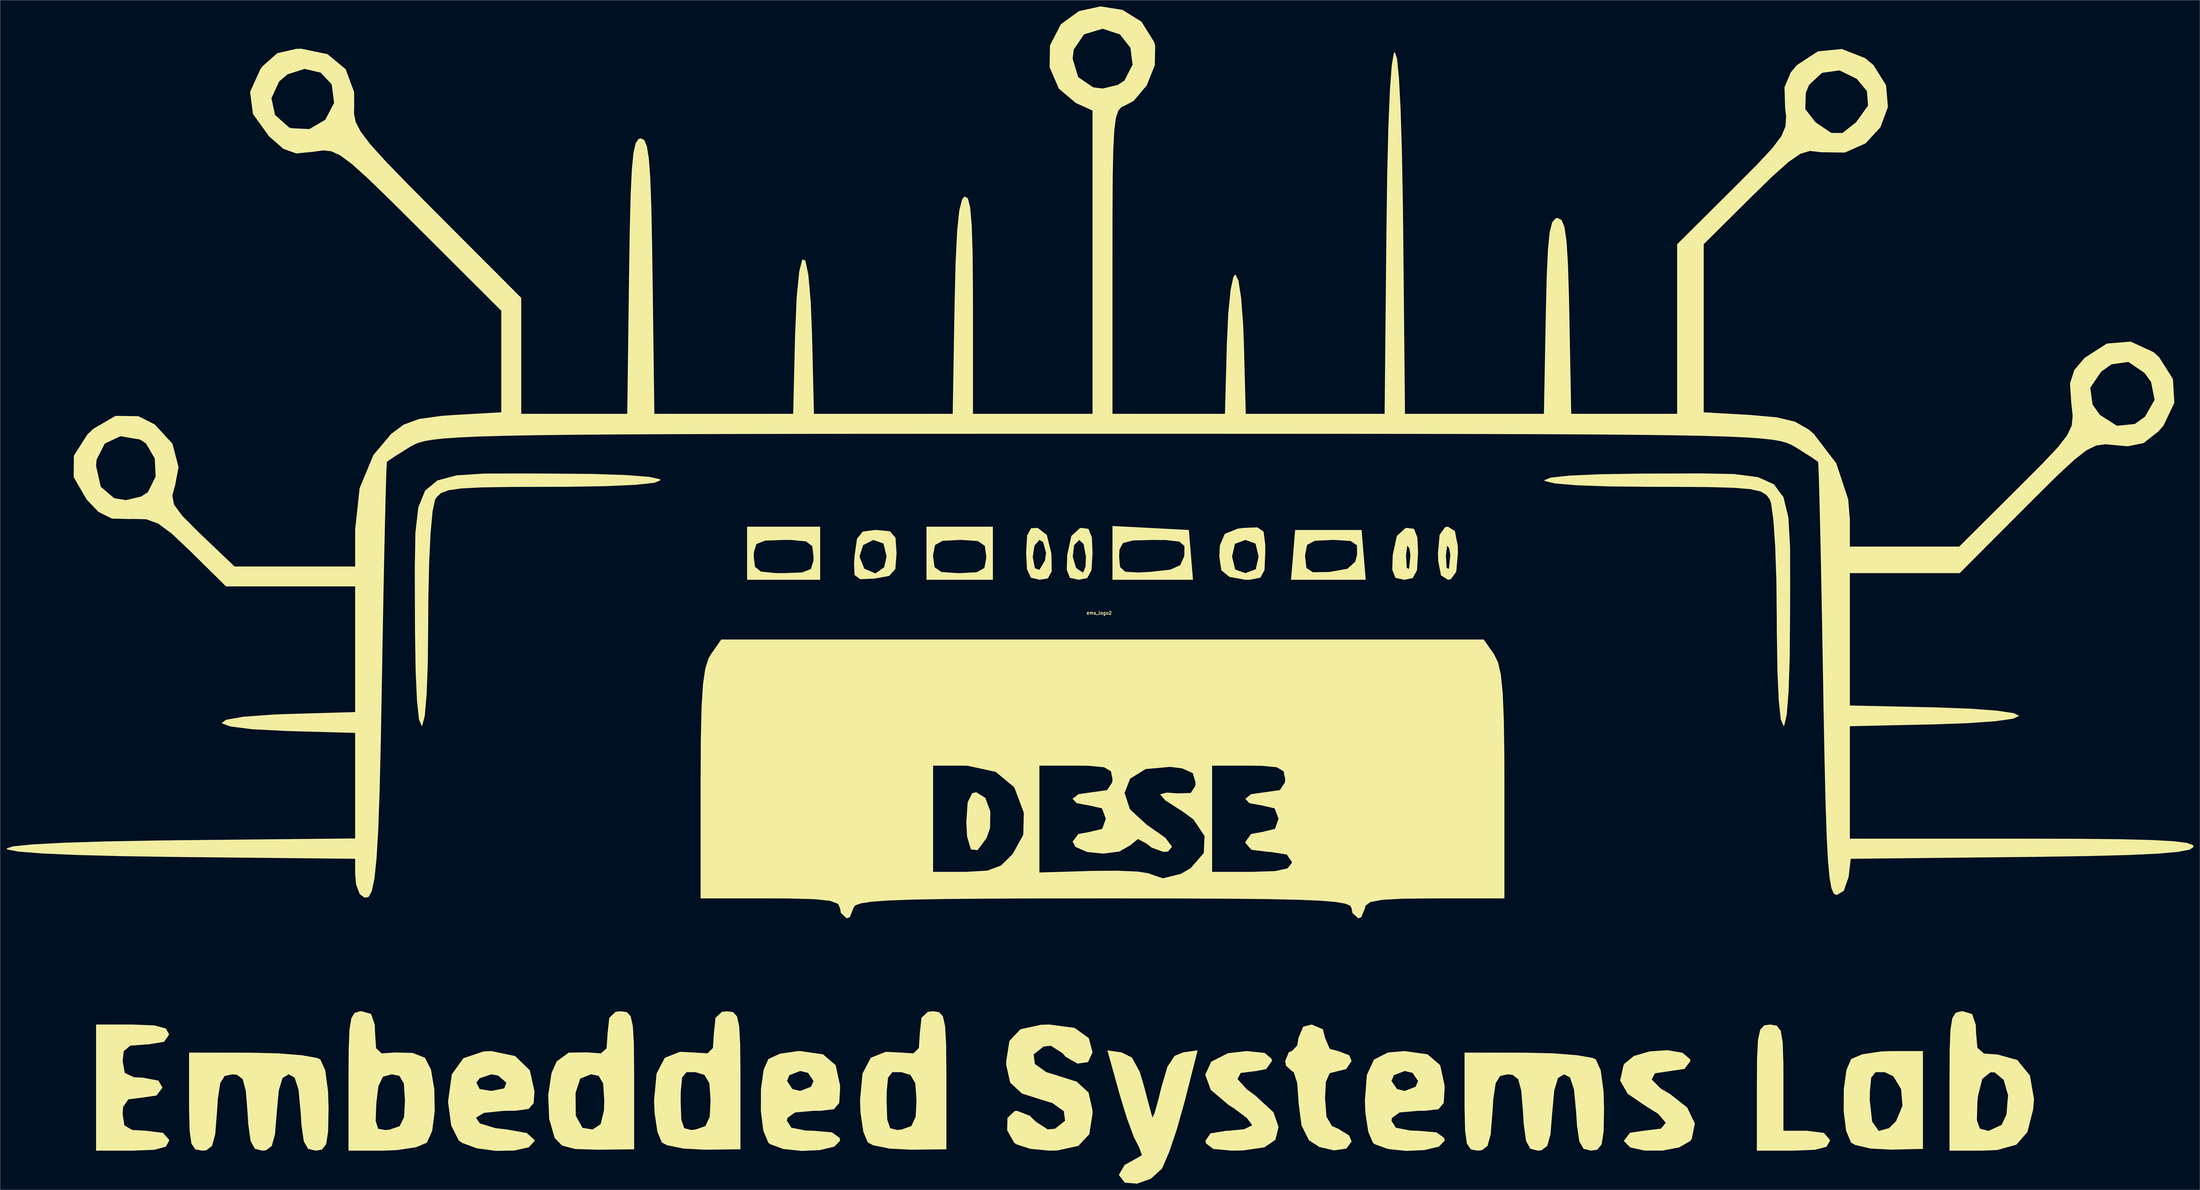
<source format=kicad_pcb>
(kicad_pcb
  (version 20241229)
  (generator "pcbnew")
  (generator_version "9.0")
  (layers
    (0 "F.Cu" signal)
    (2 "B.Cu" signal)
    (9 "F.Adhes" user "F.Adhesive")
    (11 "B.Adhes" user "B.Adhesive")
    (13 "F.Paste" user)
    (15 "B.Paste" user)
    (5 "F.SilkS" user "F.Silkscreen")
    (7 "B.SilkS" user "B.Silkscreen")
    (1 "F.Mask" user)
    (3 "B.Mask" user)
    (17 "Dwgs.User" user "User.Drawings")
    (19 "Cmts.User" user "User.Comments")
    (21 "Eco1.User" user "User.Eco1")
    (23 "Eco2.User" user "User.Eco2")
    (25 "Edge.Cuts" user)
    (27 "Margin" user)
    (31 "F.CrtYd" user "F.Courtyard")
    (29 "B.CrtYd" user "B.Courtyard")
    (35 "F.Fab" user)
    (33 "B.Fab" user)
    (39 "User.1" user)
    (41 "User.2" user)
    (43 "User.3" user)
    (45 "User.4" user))
  (footprint "ems_logo2"
    (layer "F.Cu")
    (at 522.288 290.124)
    (property "Reference" "ems_logo2" (at 0 0 0) (layer "F.SilkS") (effects (font (size 1.5 1.5) (thickness 0.3))))
    (attr board_only exclude_from_pos_files exclude_from_bom)
    (fp_poly (pts (xy -54.417 88.421) (xy -52.023 94.933) (xy -52.155 102.89) (xy -53.817 107.654) (xy -58.111 113.426) (xy -61.309 113.108) (xy -63.152 106.906) (xy -63.5 100.013) (xy -62.862 90.554) (xy -60.713 86.267) (xy -58.798 85.725)) (stroke (width 0) (type solid)) (fill yes) (layer "F.SilkS"))
    (fp_poly (pts (xy 323.839 197.38) (xy 325.735 199.823) (xy 326.683 205.455) (xy 327.002 215.553) (xy 327.025 222.25) (xy 327.025 247.65) (xy 338.137 247.65) (xy 346.356 248.683) (xy 349.23 251.979) (xy 349.25 252.412) (xy 347.682 255.285) (xy 342.181 256.763) (xy 331.788 257.175) (xy 314.325 257.175) (xy 314.325 227.012) (xy 314.421 212.994) (xy 314.874 204.146) (xy 315.932 199.291) (xy 317.843 197.252) (xy 320.675 196.85)) (stroke (width 0) (type solid)) (fill yes) (layer "F.SilkS"))
    (fp_poly (pts (xy -25.029 -37.305) (xy -22.915 -28.723) (xy -22.827 -27.755) (xy -22.675 -19.893) (xy -24.535 -16.52) (xy -28.383 -15.875) (xy -32.621 -16.857) (xy -34.517 -20.924) (xy -34.821 -26.8) (xy -31.75 -26.8) (xy -30.742 -21.398) (xy -28.575 -20.637) (xy -25.908 -25.116) (xy -25.4 -28.762) (xy -26.766 -33.819) (xy -28.575 -34.925) (xy -30.941 -32.202) (xy -31.75 -26.8) (xy -34.821 -26.8) (xy -34.925 -28.808) (xy -34.44 -37.104) (xy -32.538 -40.527) (xy -29.369 -40.688)) (stroke (width 0) (type solid)) (fill yes) (layer "F.SilkS"))
    (fp_poly (pts (xy 150.447 -40.242) (xy 152.073 -36.123) (xy 152.4 -28.808) (xy 151.903 -20.431) (xy 149.846 -16.682) (xy 145.858 -15.875) (xy 141.605 -16.782) (xy 140.069 -20.669) (xy 140.277 -26.988) (xy 146.669 -26.988) (xy 147.012 -21.565) (xy 148.006 -21.088) (xy 148.133 -21.371) (xy 148.761 -27.674) (xy 148.25 -30.896) (xy 147.24 -32.191) (xy 146.69 -27.973) (xy 146.669 -26.988) (xy 140.277 -26.988) (xy 140.302 -27.755) (xy 142.25 -36.804) (xy 146.39 -40.585) (xy 146.844 -40.688)) (stroke (width 0) (type solid)) (fill yes) (layer "F.SilkS"))
    (fp_poly (pts (xy 169.999 -39.178) (xy 171.364 -32.226) (xy 171.45 -28.575) (xy 170.664 -19.744) (xy 168.057 -16.105) (xy 166.688 -15.875) (xy 163.376 -17.972) (xy 162.011 -24.924) (xy 161.963 -26.988) (xy 165.719 -26.988) (xy 166.062 -21.565) (xy 167.056 -21.088) (xy 167.183 -21.371) (xy 167.811 -27.674) (xy 167.3 -30.896) (xy 166.29 -32.191) (xy 165.74 -27.973) (xy 165.719 -26.988) (xy 161.963 -26.988) (xy 161.925 -28.575) (xy 162.711 -37.406) (xy 165.318 -41.045) (xy 166.688 -41.275)) (stroke (width 0) (type solid)) (fill yes) (layer "F.SilkS"))
    (fp_poly (pts (xy -5.128 -40.242) (xy -3.502 -36.123) (xy -3.175 -28.808) (xy -3.672 -20.431) (xy -5.729 -16.682) (xy -9.717 -15.875) (xy -13.97 -16.782) (xy -15.506 -20.669) (xy -15.299 -26.957) (xy -12.63 -26.957) (xy -11.146 -21.854) (xy -10.583 -21.167) (xy -7.682 -19.283) (xy -6.506 -22.217) (xy -6.35 -26.988) (xy -7.437 -32.954) (xy -9.525 -34.925) (xy -12.007 -32.393) (xy -12.63 -26.957) (xy -15.299 -26.957) (xy -15.273 -27.755) (xy -13.325 -36.804) (xy -9.185 -40.585) (xy -8.731 -40.688)) (stroke (width 0) (type solid)) (fill yes) (layer "F.SilkS"))
    (fp_poly (pts (xy -99.963 -39.068) (xy -97.338 -35.926) (xy -96.838 -28.575) (xy -97.418 -21.036) (xy -100.392 -17.697) (xy -107.361 -16.452) (xy -114.164 -16.145) (xy -116.939 -18.146) (xy -117.15 -24.162) (xy -116.936 -26.917) (xy -114.57 -26.917) (xy -112.273 -21.258) (xy -112.183 -21.167) (xy -106.887 -18.899) (xy -102.765 -21.882) (xy -101.6 -26.988) (xy -103.088 -33.212) (xy -107.95 -34.925) (xy -112.831 -32.44) (xy -114.57 -26.917) (xy -116.936 -26.917) (xy -116.886 -27.565) (xy -115.747 -35.487) (xy -113.037 -38.91) (xy -107.148 -39.684) (xy -106.362 -39.688)) (stroke (width 0) (type solid)) (fill yes) (layer "F.SilkS"))
    (fp_poly (pts (xy 78.57 -38.918) (xy 79.347 -32.921) (xy 79.375 -28.776) (xy 79.017 -20.551) (xy 77.043 -16.862) (xy 72.105 -15.901) (xy 69.75 -15.875) (xy 62.263 -17.244) (xy 58.387 -20.407) (xy 57.428 -26.988) (xy 63.5 -26.988) (xy 64.988 -20.763) (xy 69.85 -19.05) (xy 74.829 -20.91) (xy 76.2 -26.988) (xy 74.712 -33.212) (xy 69.85 -34.925) (xy 64.871 -33.065) (xy 63.5 -26.988) (xy 57.428 -26.988) (xy 57.413 -27.091) (xy 57.693 -32.313) (xy 60.041 -37.826) (xy 66.206 -40.321) (xy 69.056 -40.682) (xy 75.623 -40.947)) (stroke (width 0) (type solid)) (fill yes) (layer "F.SilkS"))
    (fp_poly (pts (xy 126.398 -27.781) (xy 127.383 -15.875) (xy 109.537 -15.875) (xy 91.692 -15.875) (xy 92.596 -26.796) (xy 98.425 -26.796) (xy 99.045 -21.522) (xy 102.127 -19.485) (xy 109.507 -19.585) (xy 110.331 -19.652) (xy 118.586 -21.127) (xy 122.373 -24.485) (xy 123.252 -27.781) (xy 123.201 -32.344) (xy 120.235 -34.403) (xy 112.749 -34.921) (xy 111.346 -34.925) (xy 103.081 -34.517) (xy 99.37 -32.547) (xy 98.436 -27.896) (xy 98.425 -26.796) (xy 92.596 -26.796) (xy 92.677 -27.781) (xy 93.662 -39.688) (xy 109.537 -39.688) (xy 125.412 -39.688)) (stroke (width 0) (type solid)) (fill yes) (layer "F.SilkS"))
    (fp_poly (pts (xy -133.35 -28.575) (xy -133.35 -15.875) (xy -150.812 -15.875) (xy -168.275 -15.875) (xy -168.275 -26.988) (xy -165.1 -26.988) (xy -164.508 -22.089) (xy -161.597 -19.769) (xy -154.666 -19.08) (xy -150.812 -19.05) (xy -141.996 -19.379) (xy -137.819 -20.996) (xy -136.58 -24.847) (xy -136.525 -26.988) (xy -137.117 -31.886) (xy -140.028 -34.206) (xy -146.959 -34.895) (xy -150.812 -34.925) (xy -159.629 -34.596) (xy -163.806 -32.979) (xy -165.045 -29.128) (xy -165.1 -26.988) (xy -168.275 -26.988) (xy -168.275 -28.575) (xy -168.275 -41.275) (xy -150.812 -41.275) (xy -133.35 -41.275)) (stroke (width 0) (type solid)) (fill yes) (layer "F.SilkS"))
    (fp_poly (pts (xy -50.8 -28.575) (xy -50.8 -15.875) (xy -66.675 -15.875) (xy -82.55 -15.875) (xy -82.55 -26.988) (xy -79.375 -26.988) (xy -78.682 -21.874) (xy -75.412 -19.601) (xy -67.781 -19.053) (xy -66.675 -19.05) (xy -58.493 -19.483) (xy -54.856 -21.527) (xy -53.98 -26.296) (xy -53.975 -26.988) (xy -54.668 -32.101) (xy -57.938 -34.374) (xy -65.569 -34.922) (xy -66.675 -34.925) (xy -74.857 -34.492) (xy -78.494 -32.448) (xy -79.37 -27.679) (xy -79.375 -26.988) (xy -82.55 -26.988) (xy -82.55 -28.575) (xy -82.55 -41.275) (xy -66.675 -41.275) (xy -50.8 -41.275)) (stroke (width 0) (type solid)) (fill yes) (layer "F.SilkS"))
    (fp_poly (pts (xy 24.606 -40.64) (xy 42.862 -39.688) (xy 43.848 -27.781) (xy 44.833 -15.875) (xy 25.592 -15.875) (xy 6.35 -15.875) (xy 6.35 -26.814) (xy 9.525 -26.814) (xy 9.983 -21.953) (xy 12.464 -19.727) (xy 18.632 -19.349) (xy 24.606 -19.67) (xy 33.969 -20.711) (xy 38.713 -22.841) (xy 40.565 -26.932) (xy 40.702 -27.781) (xy 40.753 -31.995) (xy 38.349 -34.117) (xy 31.995 -34.853) (xy 25.621 -34.925) (xy 16.122 -34.682) (xy 11.353 -33.41) (xy 9.697 -30.295) (xy 9.525 -26.814) (xy 6.35 -26.814) (xy 6.35 -28.733) (xy 6.35 -41.592)) (stroke (width 0) (type solid)) (fill yes) (layer "F.SilkS"))
    (fp_poly (pts (xy 393.7 232.948) (xy 393.7 256.345) (xy 378.39 256.69) (xy 368.586 256.163) (xy 361.241 254.431) (xy 359.34 253.295) (xy 356.974 247.625) (xy 355.823 238.25) (xy 355.853 233.142) (xy 368.3 233.142) (xy 369.423 243.254) (xy 372.59 247.757) (xy 377.499 246.41) (xy 380.841 243.079) (xy 383.905 235.768) (xy 383.278 227.776) (xy 379.53 221.579) (xy 375.444 219.648) (xy 371.067 219.641) (xy 368.969 222.296) (xy 368.331 229.162) (xy 368.3 233.142) (xy 355.853 233.142) (xy 355.884 227.698) (xy 357.151 218.495) (xy 359.41 213.36) (xy 364.679 211.095) (xy 373.652 209.731) (xy 378.46 209.55) (xy 393.7 209.55)) (stroke (width 0) (type solid)) (fill yes) (layer "F.SilkS"))
    (fp_poly (pts (xy -451.432 197.278) (xy -446.01 198.778) (xy -444.5 201.613) (xy -446.91 205.135) (xy -454.6 206.366) (xy -455.613 206.375) (xy -463.127 206.968) (xy -466.204 209.637) (xy -466.725 214.312) (xy -465.7 219.985) (xy -461.342 222.06) (xy -457.2 222.25) (xy -449.638 223.67) (xy -447.675 227.012) (xy -450.515 230.793) (xy -457.2 231.775) (xy -464.007 232.629) (xy -466.498 236.261) (xy -466.725 239.713) (xy -465.895 245.08) (xy -462.159 247.278) (xy -455.613 247.65) (xy -447.394 248.683) (xy -444.52 251.979) (xy -444.5 252.412) (xy -446.068 255.285) (xy -451.569 256.763) (xy -461.962 257.175) (xy -479.425 257.175) (xy -479.425 227.012) (xy -479.425 196.85) (xy -461.962 196.85)) (stroke (width 0) (type solid)) (fill yes) (layer "F.SilkS"))
    (fp_poly (pts (xy 40.773 233.972) (xy 37.196 246.702) (xy 33.474 257.785) (xy 30.319 265.137) (xy 29.864 265.906) (xy 24.648 270.662) (xy 18.067 272.952) (xy 12.306 272.498) (xy 9.551 269.02) (xy 9.525 268.501) (xy 12.174 264.006) (xy 16.042 261.884) (xy 20.416 259.356) (xy 19.11 255.66) (xy 16.547 250.614) (xy 13.172 241.423) (xy 9.797 230.356) (xy 3.933 209.208) (xy 10.698 210.173) (xy 15.699 212.696) (xy 19.388 219.471) (xy 21.176 225.425) (xy 23.495 234.238) (xy 25.105 240.148) (xy 25.449 241.3) (xy 26.397 239.45) (xy 28.228 232.996) (xy 29.685 227.012) (xy 32.623 216.994) (xy 36.056 211.84) (xy 40.216 210.159) (xy 47.071 209.181)) (stroke (width 0) (type solid)) (fill yes) (layer "F.SilkS"))
    (fp_poly (pts (xy 79.075 210.422) (xy 82.425 213.276) (xy 82.55 214.312) (xy 79.82 218.16) (xy 75.142 219.075) (xy 67.628 220.024) (xy 66.103 222.923) (xy 70.563 227.845) (xy 74.629 230.814) (xy 83.314 238.844) (xy 85.725 245.837) (xy 84.204 252.013) (xy 78.955 255.58) (xy 68.952 257.055) (xy 63.24 257.175) (xy 54.508 256.355) (xy 50.984 253.651) (xy 50.8 252.412) (xy 53.21 248.89) (xy 60.9 247.659) (xy 61.913 247.65) (xy 69.259 246.931) (xy 72.929 245.163) (xy 73.025 244.789) (xy 70.537 241.521) (xy 64.328 236.865) (xy 61.913 235.371) (xy 53.356 228.133) (xy 50.688 220.858) (xy 53.546 214.635) (xy 61.569 210.553) (xy 70.485 209.55)) (stroke (width 0) (type solid)) (fill yes) (layer "F.SilkS"))
    (fp_poly (pts (xy 278.741 210.342) (xy 282.436 213.395) (xy 282.575 214.312) (xy 279.735 218.093) (xy 273.05 219.075) (xy 265.613 220.175) (xy 264.081 223.154) (xy 268.463 227.533) (xy 272.825 230.071) (xy 281.01 236.504) (xy 284.698 244.187) (xy 283.208 251.532) (xy 282.449 252.565) (xy 277.181 255.621) (xy 269.191 257.144) (xy 260.674 257.143) (xy 253.824 255.631) (xy 250.834 252.617) (xy 250.825 252.412) (xy 253.656 248.626) (xy 260.163 247.65) (xy 268.502 246.635) (xy 270.812 243.799) (xy 267.045 239.46) (xy 261.925 236.309) (xy 252.581 229.971) (xy 248.982 223.645) (xy 250.601 216.341) (xy 250.948 215.67) (xy 255.574 211.89) (xy 263.173 209.681) (xy 271.608 209.134)) (stroke (width 0) (type solid)) (fill yes) (layer "F.SilkS"))
    (fp_poly (pts (xy 106.906 199.095) (xy 107.95 203.2) (xy 110.195 208.506) (xy 114.3 209.55) (xy 119.471 211.535) (xy 120.65 214.312) (xy 118.003 218.191) (xy 114.3 219.075) (xy 110.183 220.113) (xy 108.337 224.33) (xy 107.95 232.072) (xy 108.638 240.941) (xy 111.227 245.371) (xy 114.3 246.73) (xy 119.46 249.919) (xy 120.65 252.783) (xy 118.15 256.188) (xy 112.222 257.042) (xy 105.221 255.416) (xy 100.239 252.186) (xy 96.704 245.092) (xy 95.258 234.075) (xy 95.25 233.136) (xy 94.61 224.694) (xy 92.993 219.678) (xy 92.075 219.075) (xy 89.258 216.503) (xy 88.9 214.312) (xy 90.614 210.087) (xy 92.075 209.55) (xy 94.655 206.891) (xy 95.25 203.2) (xy 97.495 197.894) (xy 101.6 196.85)) (stroke (width 0) (type solid)) (fill yes) (layer "F.SilkS"))
    (fp_poly (pts (xy 417.25 191.853) (xy 418.964 197.028) (xy 419.1 200.849) (xy 419.716 207.961) (xy 422.871 210.736) (xy 429.282 211.168) (xy 438.793 213.807) (xy 444.815 221.208) (xy 446.783 232.495) (xy 446.351 237.615) (xy 443.612 248.291) (xy 438.354 254.337) (xy 429.174 256.872) (xy 421.886 257.175) (xy 406.4 257.175) (xy 406.4 242.706) (xy 419.485 242.706) (xy 420.914 246.633) (xy 424.684 247.645) (xy 425.207 247.65) (xy 431.292 244.856) (xy 433.614 239.942) (xy 434.383 230.636) (xy 432.277 223.298) (xy 427.975 219.726) (xy 425.972 219.716) (xy 422.07 222.861) (xy 420.003 231.039) (xy 419.711 234.184) (xy 419.485 242.706) (xy 406.4 242.706) (xy 406.4 223.838) (xy 406.48 208.965) (xy 406.861 199.32) (xy 407.758 193.778) (xy 409.385 191.218) (xy 411.955 190.517) (xy 412.75 190.5)) (stroke (width 0) (type solid)) (fill yes) (layer "F.SilkS"))
    (fp_poly (pts (xy -279.148 211.912) (xy -272.123 218.72) (xy -269.875 228.827) (xy -270.297 234.508) (xy -272.699 237.225) (xy -278.79 238.066) (xy -284.427 238.125) (xy -294.036 239.098) (xy -297.841 241.409) (xy -295.974 244.147) (xy -288.57 246.4) (xy -283.122 247.039) (xy -273.568 248.729) (xy -269.928 252.015) (xy -269.875 252.595) (xy -272.625 255.573) (xy -279.511 257.124) (xy -288.486 257.271) (xy -297.505 256.037) (xy -304.52 253.446) (xy -306.161 252.186) (xy -309.681 245.151) (xy -311.141 234.323) (xy -311.15 233.363) (xy -309.944 224.631) (xy -297.656 224.631) (xy -296.093 227.719) (xy -290.512 228.6) (xy -284.331 227.385) (xy -283.369 224.631) (xy -287.238 221.265) (xy -290.512 220.662) (xy -296.074 222.536) (xy -297.656 224.631) (xy -309.944 224.631) (xy -309.401 220.705) (xy -303.891 212.976) (xy -294.226 209.722) (xy -290.512 209.55)) (stroke (width 0) (type solid)) (fill yes) (layer "F.SilkS"))
    (fp_poly (pts (xy -347.961 191.821) (xy -346.231 196.901) (xy -346.075 201.063) (xy -345.588 208.174) (xy -342.942 210.652) (xy -336.521 210.223) (xy -328.121 210.434) (xy -322.233 212.749) (xy -319.349 218.371) (xy -317.776 227.738) (xy -317.57 238.373) (xy -318.788 247.797) (xy -321.31 253.365) (xy -326.484 255.532) (xy -335.557 256.912) (xy -341.947 257.175) (xy -358.775 257.175) (xy -358.775 242.912) (xy -345.801 242.912) (xy -344.608 246.696) (xy -341.105 247.337) (xy -339.126 247.103) (xy -334.329 245.473) (xy -332.222 241.154) (xy -331.788 233.363) (xy -332.32 225.054) (xy -334.472 221.382) (xy -338.137 220.662) (xy -342.288 221.803) (xy -344.481 226.282) (xy -345.476 234.403) (xy -345.801 242.912) (xy -358.775 242.912) (xy -358.775 223.838) (xy -358.695 208.965) (xy -358.314 199.32) (xy -357.417 193.778) (xy -355.79 191.218) (xy -353.22 190.517) (xy -352.425 190.5)) (stroke (width 0) (type solid)) (fill yes) (layer "F.SilkS"))
    (fp_poly (pts (xy -225.756 190.922) (xy -223.916 192.938) (xy -222.863 197.678) (xy -222.381 206.269) (xy -222.252 219.839) (xy -222.25 223.509) (xy -222.25 256.518) (xy -239.665 256.726) (xy -250.454 256.39) (xy -256.69 254.73) (xy -260.115 251.254) (xy -260.303 250.913) (xy -262.88 241.898) (xy -263.33 230.593) (xy -263.19 229.662) (xy -250.268 229.662) (xy -250.155 240.458) (xy -246.932 246.276) (xy -242.103 247.047) (xy -238.27 244.512) (xy -236.68 237.907) (xy -236.537 233.319) (xy -237.074 225.028) (xy -239.24 221.371) (xy -242.887 220.662) (xy -248.011 222.691) (xy -250.258 229.573) (xy -250.268 229.662) (xy -263.19 229.662) (xy -261.739 220.041) (xy -259.28 214.483) (xy -253.512 210.287) (xy -244.992 210.151) (xy -238.165 210.655) (xy -235.443 208.244) (xy -234.95 201.216) (xy -234.95 201.063) (xy -234.156 193.637) (xy -231.102 190.759) (xy -228.6 190.5)) (stroke (width 0) (type solid)) (fill yes) (layer "F.SilkS"))
    (fp_poly (pts (xy -263.345 -66.675) (xy -242.338 -66.492) (xy -226.128 -65.962) (xy -215.176 -65.112) (xy -209.944 -63.97) (xy -209.55 -63.5) (xy -212.642 -62.248) (xy -221.6 -61.284) (xy -235.943 -60.639) (xy -255.192 -60.342) (xy -261.826 -60.325) (xy -281.256 -60.275) (xy -295.294 -60.055) (xy -304.898 -59.558) (xy -311.026 -58.679) (xy -314.636 -57.312) (xy -316.686 -55.35) (xy -317.388 -54.184) (xy -318.568 -48.84) (xy -319.545 -38.265) (xy -320.254 -23.575) (xy -320.631 -5.887) (xy -320.675 2.966) (xy -320.867 23.263) (xy -321.424 38.827) (xy -322.313 49.163) (xy -323.505 53.775) (xy -323.85 53.975) (xy -325.094 50.881) (xy -326.053 41.909) (xy -326.699 27.528) (xy -327.004 8.205) (xy -327.025 0.706) (xy -327.095 -21.627) (xy -326.807 -38.411) (xy -325.418 -50.433) (xy -322.181 -58.482) (xy -316.352 -63.347) (xy -307.185 -65.815) (xy -293.936 -66.676) (xy -275.859 -66.716)) (stroke (width 0) (type solid)) (fill yes) (layer "F.SilkS"))
    (fp_poly (pts (xy -174.956 190.922) (xy -173.116 192.938) (xy -172.063 197.678) (xy -171.581 206.269) (xy -171.452 219.839) (xy -171.45 223.509) (xy -171.45 256.518) (xy -188.403 256.721) (xy -198.655 256.183) (xy -206.47 254.587) (xy -209.041 253.239) (xy -211.157 248.122) (xy -212.489 239.127) (xy -212.715 233.363) (xy -200.025 233.363) (xy -199.732 242.296) (xy -198.318 246.429) (xy -194.98 247.302) (xy -192.881 247.077) (xy -188.2 245.413) (xy -186.147 240.965) (xy -185.738 233.363) (xy -186.299 224.96) (xy -188.638 220.979) (xy -192.881 219.648) (xy -197.234 219.634) (xy -199.336 222.251) (xy -199.989 229.04) (xy -200.025 233.363) (xy -212.715 233.363) (xy -212.725 233.116) (xy -211.539 220.29) (xy -207.619 212.769) (xy -200.421 209.9) (xy -193.704 210.223) (xy -187.207 210.638) (xy -184.615 208.093) (xy -184.15 201.063) (xy -183.356 193.637) (xy -180.302 190.759) (xy -177.8 190.5)) (stroke (width 0) (type solid)) (fill yes) (layer "F.SilkS"))
    (fp_poly (pts (xy -76.531 190.922) (xy -74.691 192.938) (xy -73.638 197.678) (xy -73.156 206.269) (xy -73.027 219.839) (xy -73.025 223.509) (xy -73.025 256.518) (xy -89.978 256.721) (xy -100.23 256.183) (xy -108.045 254.587) (xy -110.616 253.239) (xy -112.732 248.122) (xy -114.064 239.127) (xy -114.29 233.363) (xy -101.6 233.363) (xy -101.307 242.296) (xy -99.893 246.429) (xy -96.555 247.302) (xy -94.456 247.077) (xy -89.775 245.413) (xy -87.722 240.965) (xy -87.312 233.363) (xy -87.874 224.96) (xy -90.213 220.979) (xy -94.456 219.648) (xy -98.809 219.634) (xy -100.911 222.251) (xy -101.564 229.04) (xy -101.6 233.363) (xy -114.29 233.363) (xy -114.3 233.116) (xy -113.114 220.29) (xy -109.194 212.769) (xy -101.996 209.9) (xy -95.279 210.223) (xy -88.782 210.638) (xy -86.19 208.093) (xy -85.725 201.063) (xy -84.931 193.637) (xy -81.877 190.759) (xy -79.375 190.5)) (stroke (width 0) (type solid)) (fill yes) (layer "F.SilkS"))
    (fp_poly (pts (xy 156.923 211.097) (xy 162.974 216.288) (xy 165.072 225.947) (xy 165.1 227.647) (xy 164.675 234.358) (xy 162.18 237.341) (xy 155.788 238.104) (xy 152.4 238.125) (xy 143.569 238.911) (xy 139.93 241.518) (xy 139.7 242.887) (xy 141.797 246.199) (xy 148.749 247.564) (xy 152.4 247.65) (xy 161.231 248.436) (xy 164.87 251.043) (xy 165.1 252.412) (xy 162.334 255.255) (xy 155.465 256.904) (xy 146.64 257.299) (xy 138.005 256.383) (xy 131.705 254.094) (xy 130.81 253.365) (xy 128.606 248.155) (xy 127.23 239.119) (xy 127 233.363) (xy 127.716 223.838) (xy 139.7 223.838) (xy 142.347 227.716) (xy 146.05 228.6) (xy 151.221 226.615) (xy 152.4 223.838) (xy 149.753 219.959) (xy 146.05 219.075) (xy 140.879 221.06) (xy 139.7 223.838) (xy 127.716 223.838) (xy 127.931 220.977) (xy 131.319 213.63) (xy 138.054 210.21) (xy 146.05 209.55)) (stroke (width 0) (type solid)) (fill yes) (layer "F.SilkS"))
    (fp_poly (pts (xy 303.488 -66.445) (xy 314.85 -64.974) (xy 322.457 -61.549) (xy 327.055 -55.381) (xy 329.387 -45.682) (xy 330.2 -31.662) (xy 330.239 -12.535) (xy 330.2 0.706) (xy 330.016 21.581) (xy 329.481 37.67) (xy 328.624 48.506) (xy 327.472 53.622) (xy 327.025 53.975) (xy 325.762 50.885) (xy 324.793 41.947) (xy 324.15 27.655) (xy 323.862 8.505) (xy 323.85 2.966) (xy 323.648 -15.728) (xy 323.084 -31.938) (xy 322.223 -44.549) (xy 321.128 -52.442) (xy 320.563 -54.184) (xy 318.918 -56.463) (xy 316.167 -58.098) (xy 311.35 -59.196) (xy 303.512 -59.86) (xy 291.694 -60.198) (xy 274.937 -60.316) (xy 265.001 -60.325) (xy 244.379 -60.513) (xy 228.519 -61.057) (xy 217.902 -61.928) (xy 213.006 -63.097) (xy 212.725 -63.5) (xy 215.82 -64.74) (xy 224.799 -65.697) (xy 239.2 -66.343) (xy 258.561 -66.652) (xy 266.52 -66.675) (xy 287.627 -66.749)) (stroke (width 0) (type solid)) (fill yes) (layer "F.SilkS"))
    (fp_poly (pts (xy -132.002 211.097) (xy -125.951 216.288) (xy -123.853 225.947) (xy -123.825 227.647) (xy -124.25 234.358) (xy -126.745 237.341) (xy -133.137 238.104) (xy -136.525 238.125) (xy -145.356 238.911) (xy -148.995 241.518) (xy -149.225 242.887) (xy -147.128 246.199) (xy -140.176 247.564) (xy -136.525 247.65) (xy -127.694 248.436) (xy -124.055 251.043) (xy -123.825 252.412) (xy -126.591 255.255) (xy -133.46 256.904) (xy -142.285 257.299) (xy -150.92 256.383) (xy -157.22 254.094) (xy -158.115 253.365) (xy -160.515 247.659) (xy -161.692 238.253) (xy -161.645 227.679) (xy -161.116 223.838) (xy -149.225 223.838) (xy -146.578 227.716) (xy -142.875 228.6) (xy -137.704 226.615) (xy -136.525 223.838) (xy -139.172 219.959) (xy -142.875 219.075) (xy -148.046 221.06) (xy -149.225 223.838) (xy -161.116 223.838) (xy -160.375 218.467) (xy -158.115 213.36) (xy -152.547 210.793) (xy -143.987 209.567) (xy -142.875 209.55)) (stroke (width 0) (type solid)) (fill yes) (layer "F.SilkS"))
    (fp_poly (pts (xy -11.733 198.454) (xy -4.945 203.36) (xy -3.175 210.185) (xy -5.338 214.815) (xy -10.353 215.545) (xy -16.007 212.307) (xy -17.447 210.622) (xy -23.033 207.014) (xy -26.528 207.347) (xy -31.336 211.157) (xy -30.723 215.73) (xy -25.231 219.639) (xy -21.431 220.777) (xy -10.717 224.182) (xy -5.063 229.417) (xy -3.205 237.777) (xy -3.175 239.466) (xy -4.713 249.302) (xy -9.962 254.897) (xy -19.872 257.069) (xy -23.812 257.175) (xy -32.983 256.296) (xy -39.64 254.112) (xy -40.64 253.365) (xy -43.992 247.408) (xy -43.842 241.547) (xy -40.419 238.257) (xy -39.244 238.125) (xy -33.179 240.49) (xy -30.178 243.403) (xy -24.592 247.011) (xy -21.097 246.678) (xy -16.289 242.868) (xy -16.902 238.295) (xy -22.394 234.386) (xy -26.194 233.248) (xy -36.908 229.843) (xy -42.562 224.608) (xy -44.42 216.248) (xy -44.45 214.559) (xy -42.912 204.723) (xy -37.663 199.128) (xy -27.753 196.956) (xy -23.812 196.85)) (stroke (width 0) (type solid)) (fill yes) (layer "F.SilkS"))
    (fp_poly (pts (xy -405.606 210.31) (xy -392.246 210.648) (xy -381.116 211.532) (xy -373.876 212.804) (xy -372.269 213.506) (xy -369.904 218.672) (xy -368.543 228.84) (xy -368.3 236.926) (xy -368.513 247.984) (xy -369.44 254.105) (xy -371.511 256.696) (xy -374.492 257.175) (xy -378.077 256.302) (xy -380.142 252.719) (xy -381.252 244.977) (xy -381.635 238.919) (xy -382.668 227.938) (xy -384.535 222.212) (xy -387.35 220.662) (xy -390.307 222.427) (xy -392.114 228.438) (xy -393.065 238.919) (xy -393.918 249.385) (xy -395.445 254.934) (xy -398.195 257) (xy -400.05 257.175) (xy -403.557 256.245) (xy -405.587 252.499) (xy -406.686 244.505) (xy -407.035 238.919) (xy -407.864 228.505) (xy -409.347 222.98) (xy -412.069 220.883) (xy -414.337 220.662) (xy -418.003 221.483) (xy -420.103 224.919) (xy -421.224 232.43) (xy -421.64 238.919) (xy -422.48 249.357) (xy -423.984 254.893) (xy -426.719 256.976) (xy -428.783 257.175) (xy -431.973 256.564) (xy -433.835 253.852) (xy -434.717 247.719) (xy -434.97 236.846) (xy -434.975 233.731) (xy -434.975 210.286)) (stroke (width 0) (type solid)) (fill yes) (layer "F.SilkS"))
    (fp_poly (pts (xy 203.994 210.31) (xy 217.354 210.648) (xy 228.484 211.532) (xy 235.724 212.804) (xy 237.331 213.506) (xy 239.696 218.672) (xy 241.057 228.84) (xy 241.3 236.926) (xy 241.087 247.984) (xy 240.16 254.105) (xy 238.089 256.696) (xy 235.108 257.175) (xy 231.523 256.302) (xy 229.458 252.719) (xy 228.348 244.977) (xy 227.965 238.919) (xy 226.932 227.938) (xy 225.065 222.212) (xy 222.25 220.662) (xy 219.293 222.427) (xy 217.486 228.438) (xy 216.535 238.919) (xy 215.682 249.385) (xy 214.155 254.934) (xy 211.405 257) (xy 209.55 257.175) (xy 206.043 256.245) (xy 204.013 252.499) (xy 202.914 244.505) (xy 202.565 238.919) (xy 201.736 228.505) (xy 200.253 222.98) (xy 197.531 220.883) (xy 195.262 220.662) (xy 191.597 221.483) (xy 189.497 224.919) (xy 188.376 232.43) (xy 187.96 238.919) (xy 187.12 249.357) (xy 185.616 254.893) (xy 182.881 256.976) (xy 180.817 257.175) (xy 177.627 256.564) (xy 175.765 253.852) (xy 174.883 247.719) (xy 174.63 236.846) (xy 174.625 233.731) (xy 174.625 210.286)) (stroke (width 0) (type solid)) (fill yes) (layer "F.SilkS"))
    (fp_poly (pts (xy 188.732 19.756) (xy 190.607 23.57) (xy 191.961 29.468) (xy 192.868 38.381) (xy 193.404 51.243) (xy 193.643 68.988) (xy 193.675 81.669) (xy 193.675 136.525) (xy 160.338 136.525) (xy 145.114 136.671) (xy 135.21 137.207) (xy 129.602 138.278) (xy 127.264 140.033) (xy 127 141.287) (xy 125.286 145.513) (xy 123.825 146.05) (xy 121.008 143.478) (xy 120.65 141.287) (xy 120.003 140.049) (xy 117.679 139.041) (xy 113.104 138.241) (xy 105.704 137.626) (xy 94.904 137.174) (xy 80.13 136.86) (xy 60.808 136.663) (xy 36.365 136.559) (xy 6.224 136.525) (xy 1.587 136.525) (xy -29.384 136.551) (xy -54.579 136.644) (xy -74.573 136.827) (xy -89.94 137.123) (xy -101.254 137.555) (xy -109.089 138.146) (xy -114.02 138.919) (xy -116.62 139.896) (xy -117.464 141.102) (xy -117.475 141.287) (xy -119.189 145.513) (xy -120.65 146.05) (xy -123.467 143.478) (xy -123.825 141.287) (xy -124.847 139.113) (xy -128.597 137.698) (xy -136.099 136.897) (xy -148.378 136.563) (xy -157.162 136.525) (xy -190.5 136.525) (xy -190.5 98.425) (xy -79.375 98.425) (xy -79.375 123.825) (xy -63.73 123.825) (xy -53.471 123.241) (xy -46.951 120.827) (xy -41.615 115.594) (xy -41.219 115.095) (xy -36.278 106.09) (xy -36.094 98.576) (xy -28.575 98.576) (xy -28.575 124.126) (xy -3.246 123.375) (xy 8.886 123.28) (xy 18.459 123.699) (xy 23.794 124.543) (xy 24.27 124.812) (xy 30.473 126.924) (xy 39.015 124.788) (xy 43.744 122.057) (xy 49.991 114.788) (xy 50.357 106.645) (xy 45.003 98.709) (xy 44.614 98.425) (xy 53.975 98.425) (xy 53.975 123.825) (xy 73.025 123.825) (xy 84.086 123.459) (xy 90.025 122.163) (xy 92.037 119.636) (xy 92.075 119.062) (xy 89.665 115.54) (xy 81.975 114.309) (xy 80.963 114.3) (xy 72.744 113.267) (xy 69.87 109.971) (xy 69.85 109.537) (xy 72.61 105.707) (xy 77.787 104.775) (xy 84.012 103.287) (xy 85.725 98.425) (xy 83.865 93.446) (xy 77.787 92.075) (xy 71.821 90.988) (xy 69.85 88.9) (xy 72.609 86.671) (xy 79.256 85.725) (xy 79.375 85.725) (xy 86.347 84.727) (xy 88.802 81.014) (xy 88.9 79.375) (xy 88.142 75.705) (xy 84.865 73.794) (xy 77.564 73.093) (xy 71.438 73.025) (xy 53.975 73.025) (xy 53.975 98.425) (xy 44.614 98.425) (xy 39.688 94.829) (xy 31.563 89.618) (xy 29.117 86.748) (xy 32.263 85.901) (xy 37.306 86.292) (xy 43.751 86.093) (xy 45.949 82.663) (xy 46.038 80.963) (xy 44.701 76.564) (xy 39.626 74.333) (xy 33.91 73.614) (xy 22.202 74.667) (xy 14.799 79.244) (xy 12.15 86.079) (xy 14.704 93.91) (xy 22.911 101.472) (xy 23.812 102.021) (xy 31.639 107.541) (xy 34.81 111.803) (xy 32.919 114.095) (xy 30.797 114.3) (xy 25.098 112.243) (xy 22.646 110.331) (xy 18.546 108.123) (xy 14.868 111.125) (xy 9.684 114.095) (xy 2.01 115.11) (xy -5.797 114.322) (xy -11.379 111.883) (xy -12.7 109.346) (xy -9.934 105.722) (xy -4.763 104.775) (xy 1.462 103.287) (xy 3.175 98.425) (xy 1.315 93.446) (xy -4.763 92.075) (xy -10.729 90.988) (xy -12.7 88.9) (xy -9.941 86.671) (xy -3.294 85.725) (xy -3.175 85.725) (xy 3.797 84.727) (xy 6.252 81.014) (xy 6.35 79.375) (xy 5.592 75.705) (xy 2.315 73.794) (xy -4.986 73.093) (xy -11.113 73.025) (xy -28.575 73.025) (xy -28.575 98.576) (xy -36.094 98.576) (xy -36.029 95.901) (xy -36.129 95.251) (xy -40.582 83.37) (xy -49.462 76) (xy -62.846 73.082) (xy -65.439 73.025) (xy -79.375 73.025) (xy -79.375 98.425) (xy -190.5 98.425) (xy -190.5 81.669) (xy -190.397 60.718) (xy -190.04 45.183) (xy -189.354 34.128) (xy -188.264 26.623) (xy -186.696 21.734) (xy -185.557 19.756) (xy -180.615 12.7) (xy 1.587 12.7) (xy 183.79 12.7)) (stroke (width 0) (type solid)) (fill yes) (layer "F.SilkS"))
    (fp_poly (pts (xy 11.191 -288.435) (xy 20.218 -282.801) (xy 26.174 -273.232) (xy 26.769 -271.201) (xy 26.568 -261.937) (xy 22.721 -252.311) (xy 16.54 -244.969) (xy 12.735 -242.899) (xy 10.69 -241.997) (xy 9.136 -240.236) (xy 8.005 -236.829) (xy 7.23 -230.989) (xy 6.744 -221.931) (xy 6.48 -208.868) (xy 6.371 -191.013) (xy 6.35 -168.061) (xy 6.35 -95.25) (xy 33.23 -95.25) (xy 60.11 -95.25) (xy 61.011 -128.601) (xy 61.695 -143.318) (xy 62.786 -154.393) (xy 64.158 -160.789) (xy 65.088 -161.953) (xy 66.57 -158.95) (xy 67.849 -150.633) (xy 68.798 -138.036) (xy 69.164 -128.601) (xy 70.065 -95.25) (xy 103.244 -95.25) (xy 136.423 -95.25) (xy 137.268 -181.769) (xy 137.654 -209.587) (xy 138.213 -232.378) (xy 138.932 -249.846) (xy 139.796 -261.695) (xy 140.792 -267.627) (xy 141.287 -268.288) (xy 142.339 -265.162) (xy 143.265 -255.985) (xy 144.052 -241.052) (xy 144.686 -220.66) (xy 145.153 -195.106) (xy 145.307 -181.769) (xy 146.152 -95.25) (xy 179.354 -95.25) (xy 212.555 -95.25) (xy 213.434 -142.081) (xy 213.875 -160.596) (xy 214.462 -173.639) (xy 215.3 -182.092) (xy 216.496 -186.834) (xy 218.154 -188.743) (xy 219.075 -188.912) (xy 220.975 -187.987) (xy 222.365 -184.622) (xy 223.35 -177.94) (xy 224.036 -167.061) (xy 224.53 -151.106) (xy 224.716 -142.081) (xy 225.595 -95.25) (xy 250.91 -95.25) (xy 276.225 -95.25) (xy 276.225 -135.801) (xy 276.225 -176.353) (xy 302.86 -202.85) (xy 314.166 -214.197) (xy 321.649 -222.213) (xy 326.024 -228.011) (xy 328.004 -232.703) (xy 328.303 -237.402) (xy 327.91 -241.018) (xy 337.468 -241.018) (xy 342.184 -234.9) (xy 342.773 -234.414) (xy 349.882 -229.614) (xy 355.227 -229.566) (xy 361.335 -234.34) (xy 361.95 -234.95) (xy 367.457 -242.68) (xy 366.938 -249.61) (xy 362.078 -255.472) (xy 353.808 -259.509) (xy 345.504 -258.348) (xy 339.27 -252.576) (xy 337.707 -248.653) (xy 337.468 -241.018) (xy 327.91 -241.018) (xy 327.825 -241.799) (xy 327.529 -251.453) (xy 330.489 -258.486) (xy 333.493 -262.064) (xy 343.544 -268.629) (xy 355.018 -269.725) (xy 366.114 -265.352) (xy 370.032 -262.082) (xy 376.11 -252.362) (xy 376.964 -242.003) (xy 373.414 -232.314) (xy 366.279 -224.606) (xy 356.378 -220.189) (xy 344.53 -220.373) (xy 344.024 -220.495) (xy 339.638 -220.981) (xy 335.115 -219.601) (xy 329.35 -215.628) (xy 321.243 -208.334) (xy 312.212 -199.503) (xy 288.925 -176.371) (xy 288.925 -136.169) (xy 288.925 -95.967) (xy 310.995 -94.719) (xy 323.94 -93.561) (xy 332.593 -91.463) (xy 339.003 -87.815) (xy 341.567 -85.63) (xy 352.303 -71.546) (xy 357.995 -54.303) (xy 358.775 -44.552) (xy 358.775 -31.75) (xy 384.906 -31.75) (xy 411.037 -31.75) (xy 438.74 -59.325) (xy 450.281 -70.882) (xy 458.012 -79.057) (xy 462.624 -84.949) (xy 464.809 -89.653) (xy 465.258 -94.266) (xy 464.662 -99.886) (xy 464.599 -100.347) (xy 464.124 -107.732) (xy 473.673 -107.732) (xy 474.773 -99.691) (xy 478.33 -94.706) (xy 486.42 -89.516) (xy 494.977 -90.395) (xy 499.836 -93.889) (xy 504.424 -101.971) (xy 502.714 -110.543) (xy 499.57 -114.844) (xy 491.907 -120.052) (xy 483.866 -118.952) (xy 478.881 -115.395) (xy 473.673 -107.732) (xy 464.124 -107.732) (xy 463.992 -109.783) (xy 466.056 -116.213) (xy 470.946 -121.985) (xy 481.582 -128.845) (xy 492.985 -129.785) (xy 503.847 -124.79) (xy 506.557 -122.382) (xy 513.181 -111.896) (xy 513.867 -100.51) (xy 508.631 -89.537) (xy 506.171 -86.783) (xy 499.153 -81.245) (xy 491.632 -79.733) (xy 485.916 -80.223) (xy 480.946 -80.685) (xy 476.622 -80.123) (xy 471.978 -77.873) (xy 466.048 -73.272) (xy 457.866 -65.657) (xy 446.467 -54.365) (xy 442.56 -50.447) (xy 411.282 -19.05) (xy 385.028 -19.05) (xy 358.775 -19.05) (xy 358.775 12.605) (xy 358.775 44.26) (xy 399.256 45.149) (xy 416.152 45.758) (xy 429.069 46.714) (xy 437.194 47.935) (xy 439.738 49.212) (xy 436.699 50.604) (xy 428.125 51.806) (xy 414.829 52.735) (xy 399.256 53.276) (xy 358.775 54.165) (xy 358.775 81.057) (xy 358.775 107.95) (xy 441.59 107.95) (xy 467.651 108.013) (xy 487.936 108.219) (xy 503.02 108.598) (xy 513.475 109.176) (xy 519.874 109.982) (xy 522.792 111.043) (xy 523.083 111.919) (xy 521.06 113.223) (xy 515.585 114.278) (xy 506.107 115.116) (xy 492.077 115.769) (xy 472.944 116.269) (xy 448.159 116.649) (xy 440.474 116.734) (xy 359.187 117.581) (xy 358.187 126.259) (xy 355.862 132.93) (xy 352.425 134.938) (xy 351.089 134.225) (xy 349.988 131.679) (xy 349.083 126.69) (xy 348.336 118.645) (xy 347.709 106.934) (xy 347.164 90.946) (xy 346.662 70.069) (xy 346.166 43.692) (xy 345.965 31.75) (xy 345.535 6.831) (xy 345.103 -15.974) (xy 344.687 -35.909) (xy 344.304 -52.222) (xy 343.972 -64.158) (xy 343.706 -70.965) (xy 343.583 -72.278) (xy 340.699 -74.309) (xy 334.412 -78.287) (xy 332.581 -79.41) (xy 330.773 -80.434) (xy 328.657 -81.34) (xy 325.856 -82.136) (xy 321.993 -82.828) (xy 316.693 -83.425) (xy 309.577 -83.933) (xy 300.269 -84.359) (xy 288.394 -84.711) (xy 273.573 -84.995) (xy 255.431 -85.219) (xy 233.591 -85.39) (xy 207.676 -85.515) (xy 177.309 -85.601) (xy 142.114 -85.655) (xy 101.713 -85.686) (xy 55.732 -85.698) (xy 3.792 -85.701) (xy 1.587 -85.701) (xy -50.598 -85.699) (xy -96.811 -85.686) (xy -137.427 -85.657) (xy -172.823 -85.604) (xy -203.375 -85.519) (xy -229.461 -85.395) (xy -251.457 -85.227) (xy -269.74 -85.005) (xy -284.686 -84.723) (xy -296.672 -84.375) (xy -306.074 -83.952) (xy -313.271 -83.447) (xy -318.637 -82.854) (xy -322.55 -82.165) (xy -325.386 -81.374) (xy -327.522 -80.472) (xy -329.335 -79.453) (xy -329.406 -79.41) (xy -336.217 -75.157) (xy -340.126 -72.525) (xy -340.408 -72.278) (xy -340.624 -69.019) (xy -340.917 -60.166) (xy -341.272 -46.472) (xy -341.67 -28.694) (xy -342.095 -7.584) (xy -342.528 16.102) (xy -342.79 31.488) (xy -343.328 61.155) (xy -343.901 85.009) (xy -344.564 103.588) (xy -345.371 117.429) (xy -346.379 127.069) (xy -347.643 133.045) (xy -349.218 135.896) (xy -351.16 136.157) (xy -353.417 134.474) (xy -355.146 129.869) (xy -355.6 124.936) (xy -355.6 117.58) (xy -438.944 116.734) (xy -466.123 116.339) (xy -488.318 115.765) (xy -505.215 115.026) (xy -516.502 114.138) (xy -521.866 113.116) (xy -522.288 112.713) (xy -519.165 111.645) (xy -510.006 110.707) (xy -495.123 109.912) (xy -474.828 109.276) (xy -449.434 108.814) (xy -438.944 108.691) (xy -355.6 107.845) (xy -355.6 82.608) (xy -355.6 57.372) (xy -388.144 56.467) (xy -404.856 55.611) (xy -415.275 54.287) (xy -419.421 52.708) (xy -417.314 51.087) (xy -408.975 49.636) (xy -394.424 48.567) (xy -387.365 48.308) (xy -355.6 47.403) (xy -355.6 17.351) (xy -355.6 -12.7) (xy -386.456 -12.7) (xy -417.313 -12.7) (xy -434.071 -29.25) (xy -443.179 -37.884) (xy -449.737 -42.761) (xy -455.474 -44.815) (xy -462.119 -44.98) (xy -463.081 -44.915) (xy -471.897 -45.143) (xy -478.276 -48.34) (xy -483.947 -54.268) (xy -490.132 -64.987) (xy -490.084 -70.373) (xy -479.425 -70.373) (xy -477.194 -60.372) (xy -470.776 -54.894) (xy -465.138 -53.975) (xy -457.851 -55.694) (xy -454.66 -57.785) (xy -450.945 -65.247) (xy -451.382 -73.928) (xy -455.56 -81.056) (xy -458.386 -82.945) (xy -467.79 -84.541) (xy -475.261 -81.011) (xy -479.182 -73.322) (xy -479.425 -70.373) (xy -490.084 -70.373) (xy -490.041 -75.218) (xy -483.642 -85.277) (xy -480.716 -88.106) (xy -470.095 -94.271) (xy -459.177 -94.098) (xy -451.356 -90.167) (xy -442.932 -80.971) (xy -440.005 -69.768) (xy -441.613 -61.156) (xy -442.985 -56.183) (xy -442.156 -51.834) (xy -438.32 -46.574) (xy -430.669 -38.873) (xy -429.07 -37.343) (xy -413.222 -22.225) (xy -384.411 -22.225) (xy -355.6 -22.225) (xy -355.6 -39.789) (xy -353.474 -59.652) (xy -346.906 -75.48) (xy -338.392 -85.63) (xy -332.316 -90.127) (xy -324.874 -92.814) (xy -314.017 -94.3) (xy -307.82 -94.719) (xy -285.75 -95.967) (xy -285.75 -120.262) (xy -285.75 -144.558) (xy -324.929 -183.643) (xy -339.09 -197.723) (xy -349.572 -207.895) (xy -357.182 -214.745) (xy -362.726 -218.862) (xy -367.011 -220.832) (xy -370.842 -221.242) (xy -375.026 -220.679) (xy -375.637 -220.566) (xy -383.771 -219.795) (xy -389.883 -221.984) (xy -396.783 -228.02) (xy -404.446 -238.66) (xy -405.427 -246.21) (xy -395.615 -246.21) (xy -393.888 -238.184) (xy -387.265 -232.291) (xy -386.277 -231.871) (xy -377.51 -231.432) (xy -369.901 -235.862) (xy -365.747 -243.785) (xy -365.675 -244.22) (xy -366.829 -252.873) (xy -372.097 -258.435) (xy -379.722 -260.234) (xy -387.947 -257.602) (xy -391.907 -254.228) (xy -395.615 -246.21) (xy -405.427 -246.21) (xy -405.815 -249.201) (xy -400.926 -260.041) (xy -399.82 -261.509) (xy -392.855 -267.718) (xy -383.658 -269.825) (xy -381.323 -269.875) (xy -368.819 -267.284) (xy -360.139 -260.096) (xy -356.111 -249.184) (xy -356.048 -243.159) (xy -356.167 -238.842) (xy -355.318 -234.756) (xy -352.9 -230.111) (xy -348.316 -224.118) (xy -340.965 -215.987) (xy -330.25 -204.931) (xy -316.629 -191.218) (xy -276.225 -150.724) (xy -276.225 -122.987) (xy -276.225 -95.25) (xy -250.889 -95.25) (xy -225.554 -95.25) (xy -224.696 -161.131) (xy -224.346 -183.526) (xy -223.917 -200.327) (xy -223.345 -212.292) (xy -222.563 -220.177) (xy -221.509 -224.738) (xy -220.118 -226.733) (xy -219.075 -227.012) (xy -217.446 -226.212) (xy -216.193 -223.307) (xy -215.253 -217.541) (xy -214.561 -208.156) (xy -214.052 -194.396) (xy -213.662 -175.505) (xy -213.454 -161.131) (xy -212.596 -95.25) (xy -179.424 -95.25) (xy -146.252 -95.25) (xy -145.357 -132.556) (xy -144.573 -151.041) (xy -143.374 -163.203) (xy -141.931 -169.042) (xy -140.415 -168.559) (xy -138.998 -161.752) (xy -137.851 -148.623) (xy -137.218 -132.556) (xy -136.323 -95.25) (xy -103.165 -95.25) (xy -70.007 -95.25) (xy -69.135 -146.583) (xy -68.631 -167.432) (xy -67.895 -182.529) (xy -66.873 -192.47) (xy -65.51 -197.852) (xy -64.294 -199.235) (xy -62.766 -198.322) (xy -61.658 -193.96) (xy -60.918 -185.467) (xy -60.493 -172.158) (xy -60.331 -153.351) (xy -60.325 -147.902) (xy -60.325 -95.25) (xy -31.75 -95.25) (xy -3.175 -95.25) (xy -3.175 -167.765) (xy -3.175 -240.281) (xy -11.176 -243.926) (xy -19.264 -250.776) (xy -23.69 -260.987) (xy -23.628 -265.113) (xy -12.7 -265.113) (xy -10.035 -256.286) (xy -2.861 -251.406) (xy 1.587 -250.825) (xy 8.874 -252.544) (xy 12.065 -254.635) (xy 15.961 -262.223) (xy 14.949 -270.286) (xy 9.92 -276.714) (xy 1.766 -279.399) (xy 1.587 -279.4) (xy -7.239 -276.735) (xy -12.119 -269.561) (xy -12.7 -265.113) (xy -23.628 -265.113) (xy -23.532 -271.449) (xy -18.268 -281.639) (xy -9.656 -287.862) (xy 0.698 -290.124)) (stroke (width 0) (type solid)) (fill yes) (layer "F.SilkS")))
  (gr_rect
    (start -3 -3)
    (end 1048.37 566.077)
    (stroke (width 0.1) (type default))
    (fill no)
    (layer "Edge.Cuts")))
</source>
